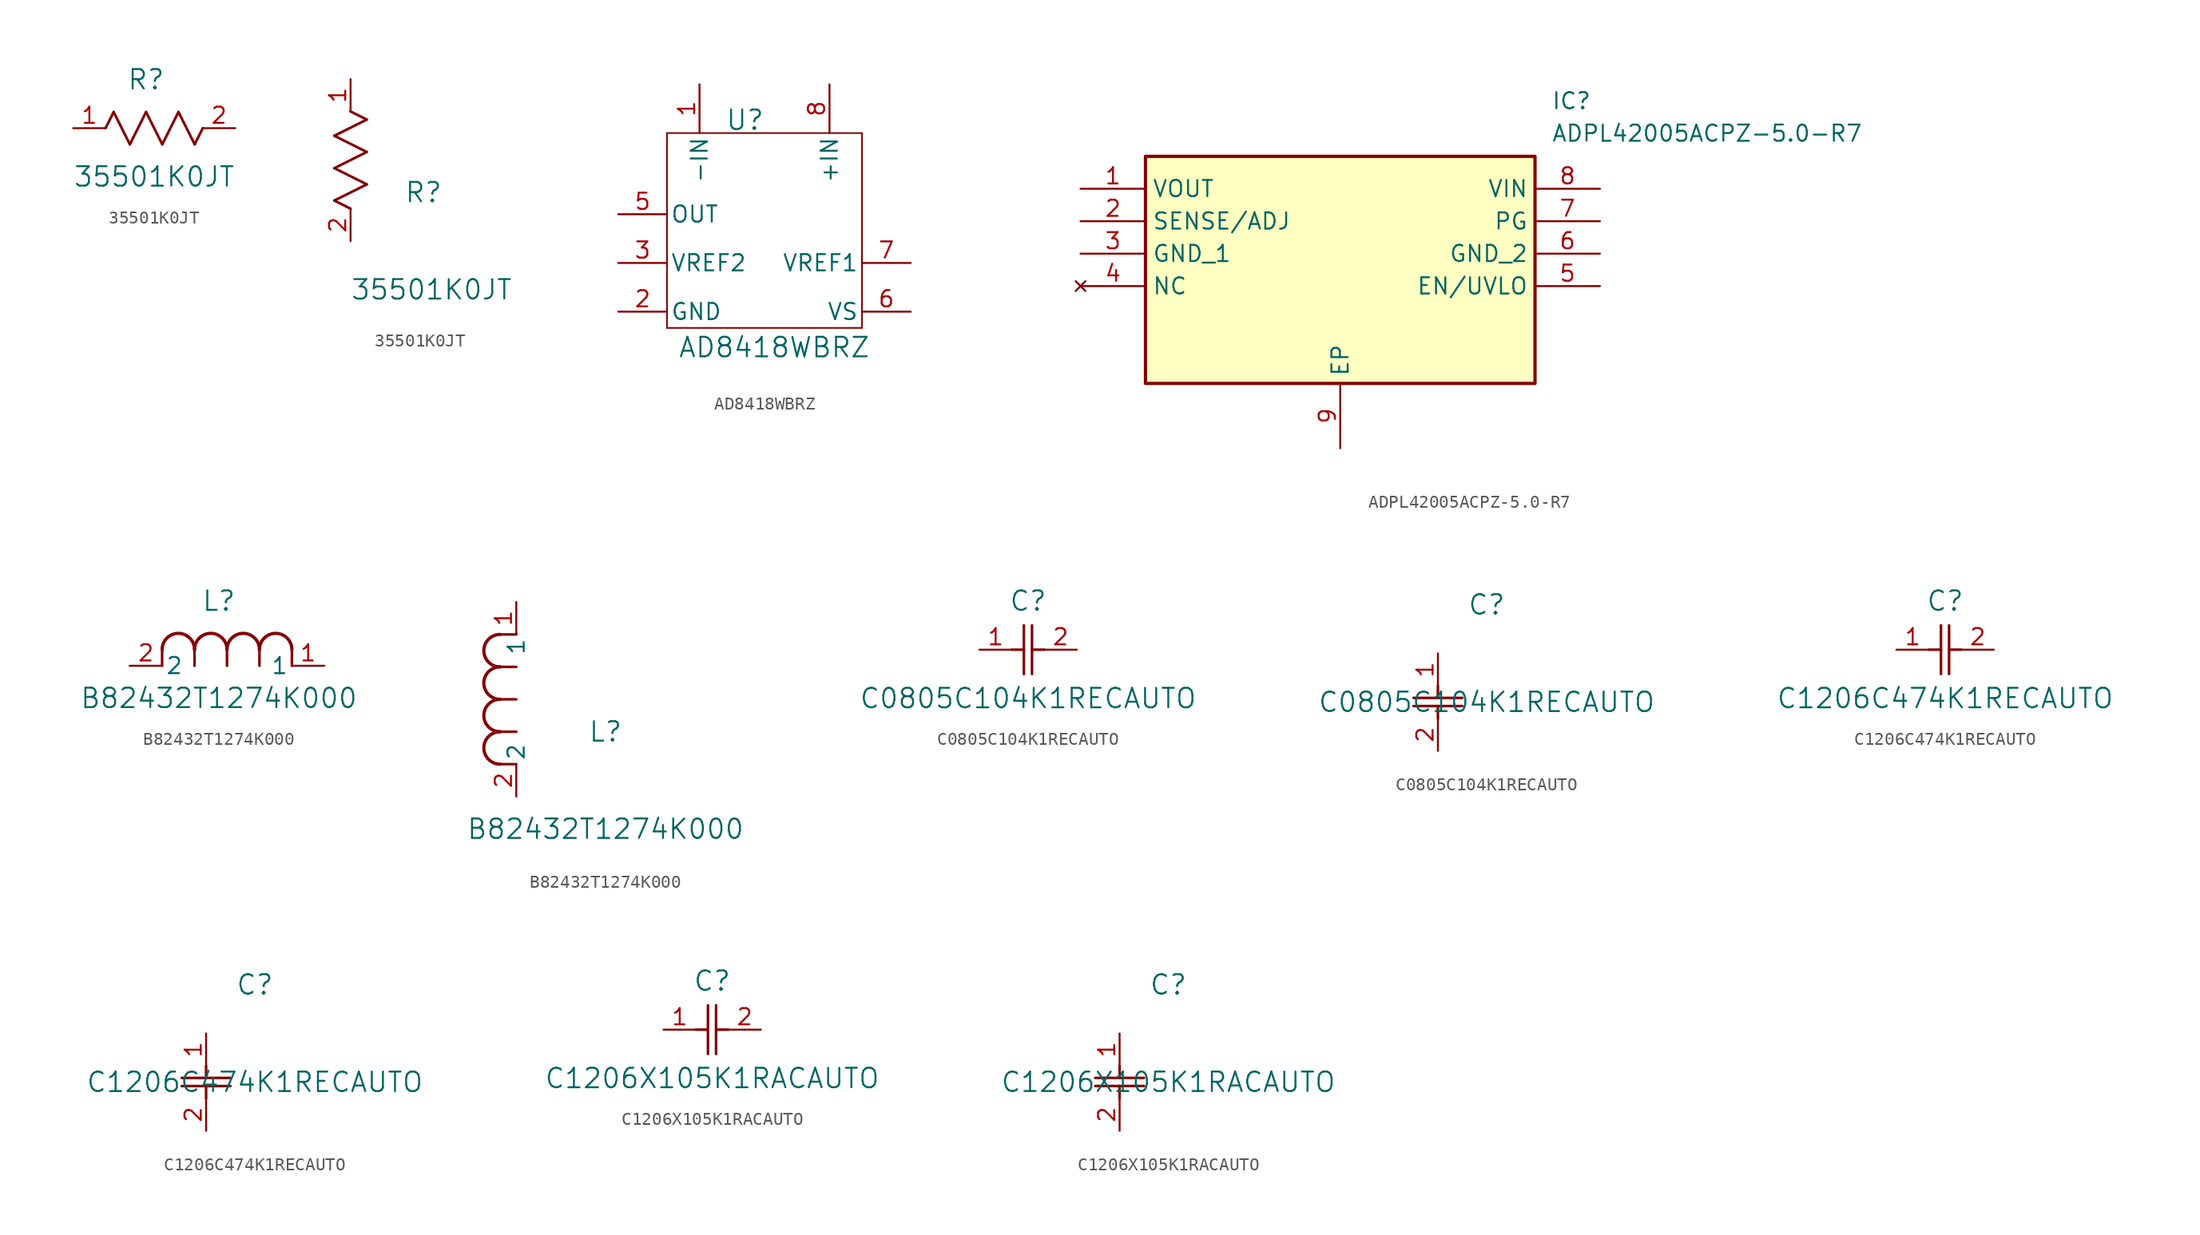
<source format=kicad_sym>
(kicad_symbol_lib
  (version 20241209)
  (generator "kicad_symbol_editor")
  (generator_version "9.0")
  (symbol "35501K0JT"
    (pin_names
      (offset 0.254))
    (property "Reference" "R"
      (at 5.715 3.81 0)
      (effects (font (size 1.524 1.524))))
    (property "Value" "35501K0JT"
      (at 6.35 -3.81 0)
      (effects (font (size 1.524 1.524))))
    (property "ki_locked" ""
      (at 0 0 0)
      (effects (font (size 1.27 1.27))))
    (symbol "35501K0JT_1_1"
      (polyline (pts (xy 2.54 0) (xy 3.175 1.27)) (stroke (width 0.203) (type default)) (fill (type none)))
      (polyline (pts (xy 3.175 1.27) (xy 4.445 -1.27)) (stroke (width 0.203) (type default)) (fill (type none)))
      (polyline (pts (xy 4.445 -1.27) (xy 5.715 1.27)) (stroke (width 0.203) (type default)) (fill (type none)))
      (polyline (pts (xy 5.715 1.27) (xy 6.985 -1.27)) (stroke (width 0.203) (type default)) (fill (type none)))
      (polyline (pts (xy 6.985 -1.27) (xy 8.255 1.27)) (stroke (width 0.203) (type default)) (fill (type none)))
      (polyline (pts (xy 8.255 1.27) (xy 9.525 -1.27)) (stroke (width 0.203) (type default)) (fill (type none)))
      (polyline (pts (xy 9.525 -1.27) (xy 10.16 0)) (stroke (width 0.203) (type default)) (fill (type none)))
      (pin unspecified line (at 0 0 0) (length 2.54) (name "" (effects (font (size 1.27 1.27)))) (number "1" (effects (font (size 1.27 1.27)))))
      (pin unspecified line (at 12.7 0 180) (length 2.54) (name "" (effects (font (size 1.27 1.27)))) (number "2" (effects (font (size 1.27 1.27))))))
    (symbol "35501K0JT_1_2"
      (polyline (pts (xy -1.27 8.255) (xy 1.27 9.525)) (stroke (width 0.203) (type default)) (fill (type none)))
      (polyline (pts (xy -1.27 5.715) (xy 1.27 6.985)) (stroke (width 0.203) (type default)) (fill (type none)))
      (polyline (pts (xy -1.27 3.175) (xy 1.27 4.445)) (stroke (width 0.203) (type default)) (fill (type none)))
      (polyline (pts (xy 0 2.54) (xy -1.27 3.175)) (stroke (width 0.203) (type default)) (fill (type none)))
      (polyline (pts (xy 1.27 9.525) (xy 0 10.16)) (stroke (width 0.203) (type default)) (fill (type none)))
      (polyline (pts (xy 1.27 6.985) (xy -1.27 8.255)) (stroke (width 0.203) (type default)) (fill (type none)))
      (polyline (pts (xy 1.27 4.445) (xy -1.27 5.715)) (stroke (width 0.203) (type default)) (fill (type none)))
      (pin unspecified line (at 0 12.7 270) (length 2.54) (name "" (effects (font (size 1.27 1.27)))) (number "1" (effects (font (size 1.27 1.27)))))
      (pin unspecified line (at 0 0 90) (length 2.54) (name "" (effects (font (size 1.27 1.27)))) (number "2" (effects (font (size 1.27 1.27)))))))
  (symbol "AD8418WBRZ"
    (pin_names
      (offset 0.254))
    (property "Reference" "U"
      (at 13.716 -1.524 0)
      (effects (font (size 1.524 1.524))))
    (property "Value" "AD8418WBRZ"
      (at 16.002 -19.304 0)
      (effects (font (size 1.524 1.524))))
    (property "ki_locked" ""
      (at 0 0 0)
      (effects (font (size 1.27 1.27))))
    (symbol "AD8418WBRZ_0_1"
      (polyline (pts (xy 7.62 -2.54) (xy 7.62 -17.78)) (stroke (width 0.127) (type default)) (fill (type none)))
      (polyline (pts (xy 7.62 -17.78) (xy 22.86 -17.78)) (stroke (width 0.127) (type default)) (fill (type none)))
      (polyline (pts (xy 22.86 -2.54) (xy 7.62 -2.54)) (stroke (width 0.127) (type default)) (fill (type none)))
      (polyline (pts (xy 22.86 -17.78) (xy 22.86 -2.54)) (stroke (width 0.127) (type default)) (fill (type none))))
    (symbol "AD8418WBRZ_1_1"
      (pin unspecified line (at 3.81 -8.89 0) (length 3.81) (name "OUT" (effects (font (size 1.27 1.27)))) (number "5" (effects (font (size 1.27 1.27)))))
      (pin unspecified line (at 3.81 -12.7 0) (length 3.81) (name "VREF2" (effects (font (size 1.27 1.27)))) (number "3" (effects (font (size 1.27 1.27)))))
      (pin unspecified line (at 3.81 -16.51 0) (length 3.81) (name "GND" (effects (font (size 1.27 1.27)))) (number "2" (effects (font (size 1.27 1.27)))))
      (pin unspecified line (at 10.16 1.27 270) (length 3.81) (name "-IN" (effects (font (size 1.27 1.27)))) (number "1" (effects (font (size 1.27 1.27)))))
      (pin unspecified line (at 20.32 1.27 270) (length 3.81) (name "+IN" (effects (font (size 1.27 1.27)))) (number "8" (effects (font (size 1.27 1.27)))))
      (pin unspecified line (at 26.67 -12.7 180) (length 3.81) (name "VREF1" (effects (font (size 1.27 1.27)))) (number "7" (effects (font (size 1.27 1.27)))))
      (pin unspecified line (at 26.67 -16.51 180) (length 3.81) (name "VS" (effects (font (size 1.27 1.27)))) (number "6" (effects (font (size 1.27 1.27)))))))
  (symbol "ADPL42005ACPZ-5.0-R7"
    (property "Reference" "IC"
      (at 36.83 7.62 0)
      (effects (font (size 1.27 1.27)) (justify left top)))
    (property "Value" "ADPL42005ACPZ-5.0-R7"
      (at 36.83 5.08 0)
      (effects (font (size 1.27 1.27)) (justify left top)))
    (symbol "ADPL42005ACPZ-5.0-R7_1_1"
      (rectangle (start 5.08 2.54) (end 35.56 -15.24) (stroke (width 0.254) (type default)) (fill (type background)))
      (pin passive line (at 0 0 0) (length 5.08) (name "VOUT" (effects (font (size 1.27 1.27)))) (number "1" (effects (font (size 1.27 1.27)))))
      (pin passive line (at 0 -2.54 0) (length 5.08) (name "SENSE/ADJ" (effects (font (size 1.27 1.27)))) (number "2" (effects (font (size 1.27 1.27)))))
      (pin passive line (at 0 -5.08 0) (length 5.08) (name "GND_1" (effects (font (size 1.27 1.27)))) (number "3" (effects (font (size 1.27 1.27)))))
      (pin no_connect line (at 0 -7.62 0) (length 5.08) (name "NC" (effects (font (size 1.27 1.27)))) (number "4" (effects (font (size 1.27 1.27)))))
      (pin passive line (at 20.32 -20.32 90) (length 5.08) (name "EP" (effects (font (size 1.27 1.27)))) (number "9" (effects (font (size 1.27 1.27)))))
      (pin passive line (at 40.64 0 180) (length 5.08) (name "VIN" (effects (font (size 1.27 1.27)))) (number "8" (effects (font (size 1.27 1.27)))))
      (pin passive line (at 40.64 -2.54 180) (length 5.08) (name "PG" (effects (font (size 1.27 1.27)))) (number "7" (effects (font (size 1.27 1.27)))))
      (pin passive line (at 40.64 -5.08 180) (length 5.08) (name "GND_2" (effects (font (size 1.27 1.27)))) (number "6" (effects (font (size 1.27 1.27)))))
      (pin passive line (at 40.64 -7.62 180) (length 5.08) (name "EN/UVLO" (effects (font (size 1.27 1.27)))) (number "5" (effects (font (size 1.27 1.27)))))))
  (symbol "B82432T1274K000"
    (pin_names
      (offset 0.254))
    (property "Reference" "L"
      (at 6.985 5.08 0)
      (effects (font (size 1.524 1.524))))
    (property "Value" "B82432T1274K000"
      (at 6.985 -2.54 0)
      (effects (font (size 1.524 1.524))))
    (property "ki_locked" ""
      (at 0 0 0)
      (effects (font (size 1.27 1.27))))
    (symbol "B82432T1274K000_1_1"
      (polyline (pts (xy 2.54 0) (xy 2.54 1.27)) (stroke (width 0.203) (type default)) (fill (type none)))
      (arc (start 2.54 1.27) (mid 3.81 2.5344) (end 5.08 1.27) (stroke (width 0.254) (type default)) (fill (type none)))
      (polyline (pts (xy 5.08 0) (xy 5.08 1.27)) (stroke (width 0.203) (type default)) (fill (type none)))
      (arc (start 5.08 1.27) (mid 6.35 2.5344) (end 7.62 1.27) (stroke (width 0.254) (type default)) (fill (type none)))
      (polyline (pts (xy 7.62 0) (xy 7.62 1.27)) (stroke (width 0.203) (type default)) (fill (type none)))
      (arc (start 7.62 1.27) (mid 8.89 2.5344) (end 10.16 1.27) (stroke (width 0.254) (type default)) (fill (type none)))
      (polyline (pts (xy 10.16 0) (xy 10.16 1.27)) (stroke (width 0.203) (type default)) (fill (type none)))
      (arc (start 10.16 1.27) (mid 11.43 2.5344) (end 12.7 1.27) (stroke (width 0.254) (type default)) (fill (type none)))
      (polyline (pts (xy 12.7 0) (xy 12.7 1.27)) (stroke (width 0.203) (type default)) (fill (type none)))
      (pin unspecified line (at 0 0 0) (length 2.54) (name "2" (effects (font (size 1.27 1.27)))) (number "2" (effects (font (size 1.27 1.27)))))
      (pin unspecified line (at 15.24 0 180) (length 2.54) (name "1" (effects (font (size 1.27 1.27)))) (number "1" (effects (font (size 1.27 1.27))))))
    (symbol "B82432T1274K000_1_2"
      (arc (start -1.27 10.16) (mid -2.5344 11.43) (end -1.27 12.7) (stroke (width 0.254) (type default)) (fill (type none)))
      (arc (start -1.27 7.62) (mid -2.5344 8.89) (end -1.27 10.16) (stroke (width 0.254) (type default)) (fill (type none)))
      (arc (start -1.27 5.08) (mid -2.5344 6.35) (end -1.27 7.62) (stroke (width 0.254) (type default)) (fill (type none)))
      (arc (start -1.27 2.54) (mid -2.5344 3.81) (end -1.27 5.08) (stroke (width 0.254) (type default)) (fill (type none)))
      (polyline (pts (xy 0 12.7) (xy -1.27 12.7)) (stroke (width 0.203) (type default)) (fill (type none)))
      (polyline (pts (xy 0 10.16) (xy -1.27 10.16)) (stroke (width 0.203) (type default)) (fill (type none)))
      (polyline (pts (xy 0 7.62) (xy -1.27 7.62)) (stroke (width 0.203) (type default)) (fill (type none)))
      (polyline (pts (xy 0 5.08) (xy -1.27 5.08)) (stroke (width 0.203) (type default)) (fill (type none)))
      (polyline (pts (xy 0 2.54) (xy -1.27 2.54)) (stroke (width 0.203) (type default)) (fill (type none)))
      (pin unspecified line (at 0 15.24 270) (length 2.54) (name "1" (effects (font (size 1.27 1.27)))) (number "1" (effects (font (size 1.27 1.27)))))
      (pin unspecified line (at 0 0 90) (length 2.54) (name "2" (effects (font (size 1.27 1.27)))) (number "2" (effects (font (size 1.27 1.27)))))))
  (symbol "C0805C104K1RECAUTO"
    (pin_names
      (offset 0.254))
    (property "Reference" "C"
      (at 3.81 3.81 0)
      (effects (font (size 1.524 1.524))))
    (property "Value" "C0805C104K1RECAUTO"
      (at 3.81 -3.81 0)
      (effects (font (size 1.524 1.524))))
    (property "ki_locked" ""
      (at 0 0 0)
      (effects (font (size 1.27 1.27))))
    (symbol "C0805C104K1RECAUTO_1_1"
      (polyline (pts (xy 2.54 0) (xy 3.48 0)) (stroke (width 0.203) (type default)) (fill (type none)))
      (polyline (pts (xy 3.48 -1.905) (xy 3.48 1.905)) (stroke (width 0.203) (type default)) (fill (type none)))
      (polyline (pts (xy 4.115 0) (xy 5.08 0)) (stroke (width 0.203) (type default)) (fill (type none)))
      (polyline (pts (xy 4.115 -1.905) (xy 4.115 1.905)) (stroke (width 0.203) (type default)) (fill (type none)))
      (pin unspecified line (at 0 0 0) (length 2.54) (name "" (effects (font (size 1.27 1.27)))) (number "1" (effects (font (size 1.27 1.27)))))
      (pin unspecified line (at 7.62 0 180) (length 2.54) (name "" (effects (font (size 1.27 1.27)))) (number "2" (effects (font (size 1.27 1.27))))))
    (symbol "C0805C104K1RECAUTO_1_2"
      (polyline (pts (xy -1.905 -3.48) (xy 1.905 -3.48)) (stroke (width 0.203) (type default)) (fill (type none)))
      (polyline (pts (xy -1.905 -4.115) (xy 1.905 -4.115)) (stroke (width 0.203) (type default)) (fill (type none)))
      (polyline (pts (xy 0 -2.54) (xy 0 -3.48)) (stroke (width 0.203) (type default)) (fill (type none)))
      (polyline (pts (xy 0 -4.115) (xy 0 -5.08)) (stroke (width 0.203) (type default)) (fill (type none)))
      (pin unspecified line (at 0 0 270) (length 2.54) (name "" (effects (font (size 1.27 1.27)))) (number "1" (effects (font (size 1.27 1.27)))))
      (pin unspecified line (at 0 -7.62 90) (length 2.54) (name "" (effects (font (size 1.27 1.27)))) (number "2" (effects (font (size 1.27 1.27)))))))
  (symbol "C1206C474K1RECAUTO"
    (pin_names
      (offset 0.254))
    (property "Reference" "C"
      (at 3.81 3.81 0)
      (effects (font (size 1.524 1.524))))
    (property "Value" "C1206C474K1RECAUTO"
      (at 3.81 -3.81 0)
      (effects (font (size 1.524 1.524))))
    (property "ki_locked" ""
      (at 0 0 0)
      (effects (font (size 1.27 1.27))))
    (symbol "C1206C474K1RECAUTO_1_1"
      (polyline (pts (xy 2.54 0) (xy 3.48 0)) (stroke (width 0.203) (type default)) (fill (type none)))
      (polyline (pts (xy 3.48 -1.905) (xy 3.48 1.905)) (stroke (width 0.203) (type default)) (fill (type none)))
      (polyline (pts (xy 4.115 0) (xy 5.08 0)) (stroke (width 0.203) (type default)) (fill (type none)))
      (polyline (pts (xy 4.115 -1.905) (xy 4.115 1.905)) (stroke (width 0.203) (type default)) (fill (type none)))
      (pin unspecified line (at 0 0 0) (length 2.54) (name "" (effects (font (size 1.27 1.27)))) (number "1" (effects (font (size 1.27 1.27)))))
      (pin unspecified line (at 7.62 0 180) (length 2.54) (name "" (effects (font (size 1.27 1.27)))) (number "2" (effects (font (size 1.27 1.27))))))
    (symbol "C1206C474K1RECAUTO_1_2"
      (polyline (pts (xy -1.905 -3.48) (xy 1.905 -3.48)) (stroke (width 0.203) (type default)) (fill (type none)))
      (polyline (pts (xy -1.905 -4.115) (xy 1.905 -4.115)) (stroke (width 0.203) (type default)) (fill (type none)))
      (polyline (pts (xy 0 -2.54) (xy 0 -3.48)) (stroke (width 0.203) (type default)) (fill (type none)))
      (polyline (pts (xy 0 -4.115) (xy 0 -5.08)) (stroke (width 0.203) (type default)) (fill (type none)))
      (pin unspecified line (at 0 0 270) (length 2.54) (name "" (effects (font (size 1.27 1.27)))) (number "1" (effects (font (size 1.27 1.27)))))
      (pin unspecified line (at 0 -7.62 90) (length 2.54) (name "" (effects (font (size 1.27 1.27)))) (number "2" (effects (font (size 1.27 1.27)))))))
  (symbol "C1206X105K1RACAUTO"
    (pin_names
      (offset 0.254))
    (property "Reference" "C"
      (at 3.81 3.81 0)
      (effects (font (size 1.524 1.524))))
    (property "Value" "C1206X105K1RACAUTO"
      (at 3.81 -3.81 0)
      (effects (font (size 1.524 1.524))))
    (property "ki_locked" ""
      (at 0 0 0)
      (effects (font (size 1.27 1.27))))
    (symbol "C1206X105K1RACAUTO_1_1"
      (polyline (pts (xy 2.54 0) (xy 3.48 0)) (stroke (width 0.203) (type default)) (fill (type none)))
      (polyline (pts (xy 3.48 -1.905) (xy 3.48 1.905)) (stroke (width 0.203) (type default)) (fill (type none)))
      (polyline (pts (xy 4.115 0) (xy 5.08 0)) (stroke (width 0.203) (type default)) (fill (type none)))
      (polyline (pts (xy 4.115 -1.905) (xy 4.115 1.905)) (stroke (width 0.203) (type default)) (fill (type none)))
      (pin unspecified line (at 0 0 0) (length 2.54) (name "" (effects (font (size 1.27 1.27)))) (number "1" (effects (font (size 1.27 1.27)))))
      (pin unspecified line (at 7.62 0 180) (length 2.54) (name "" (effects (font (size 1.27 1.27)))) (number "2" (effects (font (size 1.27 1.27))))))
    (symbol "C1206X105K1RACAUTO_1_2"
      (polyline (pts (xy -1.905 -3.48) (xy 1.905 -3.48)) (stroke (width 0.203) (type default)) (fill (type none)))
      (polyline (pts (xy -1.905 -4.115) (xy 1.905 -4.115)) (stroke (width 0.203) (type default)) (fill (type none)))
      (polyline (pts (xy 0 -2.54) (xy 0 -3.48)) (stroke (width 0.203) (type default)) (fill (type none)))
      (polyline (pts (xy 0 -4.115) (xy 0 -5.08)) (stroke (width 0.203) (type default)) (fill (type none)))
      (pin unspecified line (at 0 0 270) (length 2.54) (name "" (effects (font (size 1.27 1.27)))) (number "1" (effects (font (size 1.27 1.27)))))
      (pin unspecified line (at 0 -7.62 90) (length 2.54) (name "" (effects (font (size 1.27 1.27)))) (number "2" (effects (font (size 1.27 1.27))))))))
</source>
